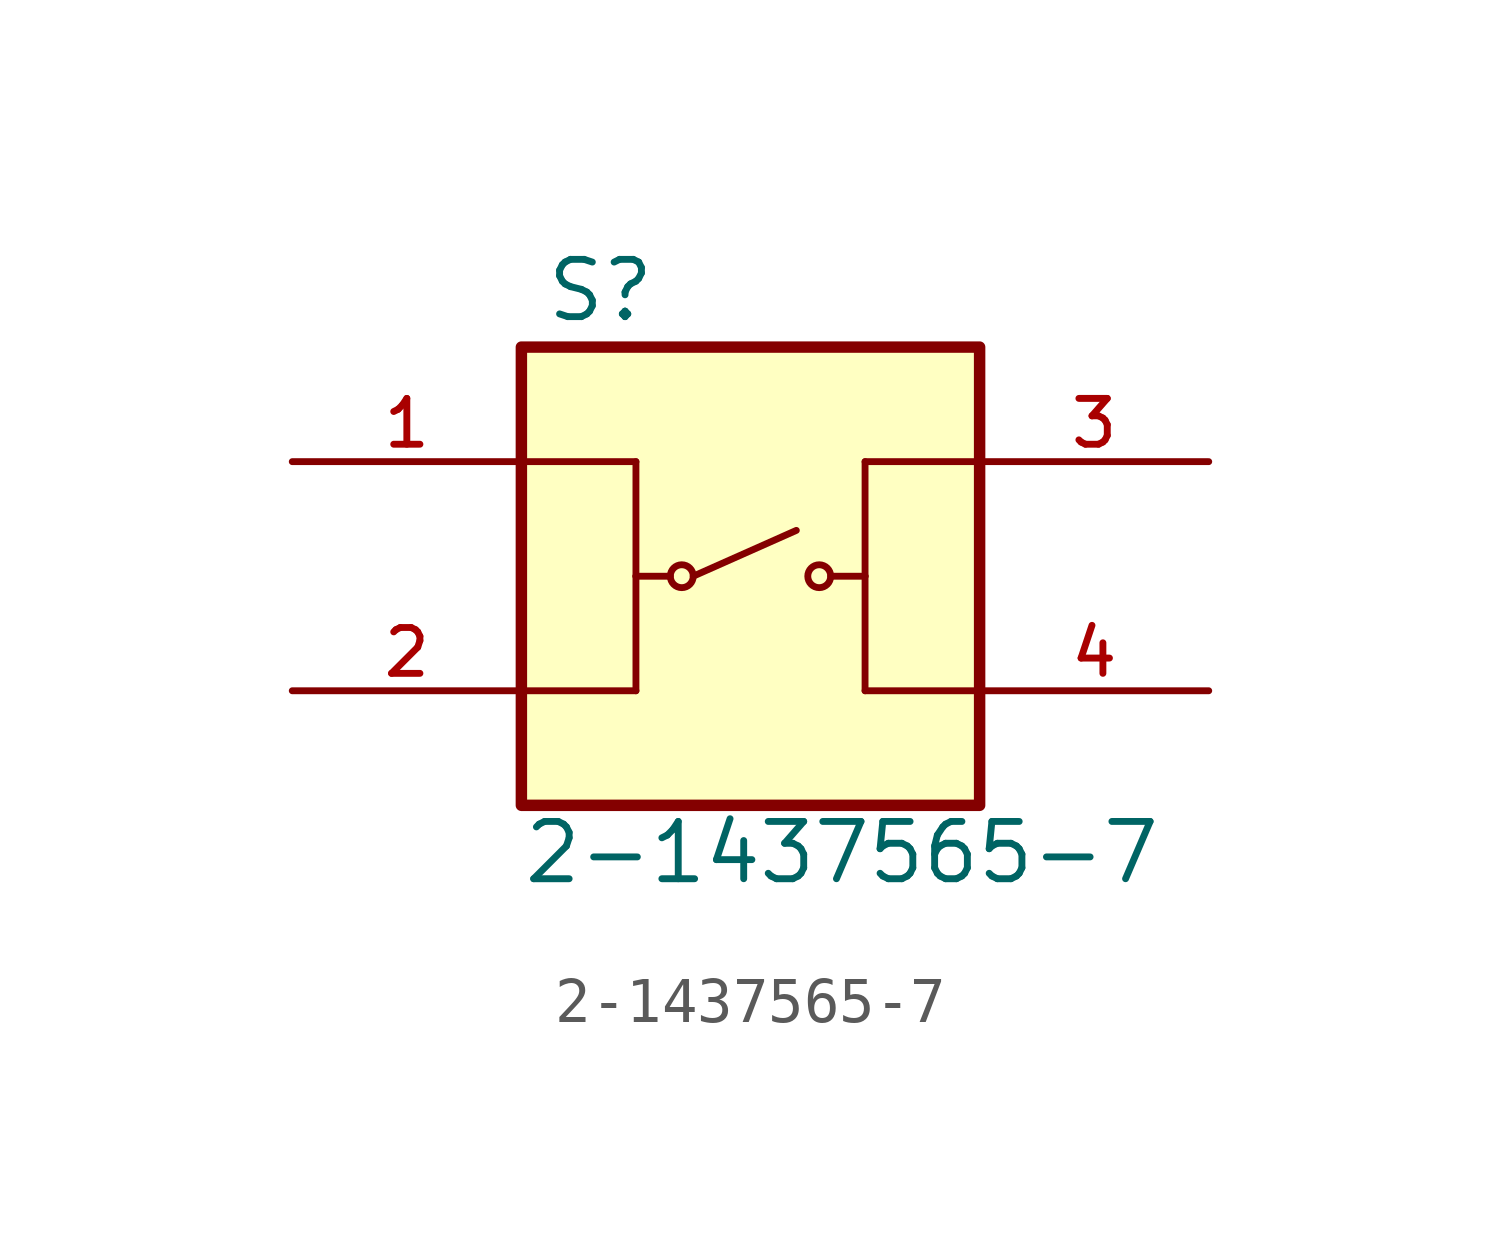
<source format=kicad_sym>
(kicad_symbol_lib
  (version 20211014)
  (generator kicad_symbol_editor)
  (symbol "2-1437565-7"
    (pin_names
      (offset 1.016))
    (property "Reference" "S"
      (at -4.575 5.592 0)
      (effects (font (size 1.27 1.27)) (justify bottom left)))
    (property "Value" "2-1437565-7"
      (at -5.089 -6.871 0)
      (effects (font (size 1.27 1.27)) (justify bottom left)))
    (symbol "2-1437565-7_0_0"
      (polyline (pts (xy -5.08 2.54) (xy -2.54 2.54)) (stroke (width 0.152)))
      (polyline (pts (xy -2.54 2.54) (xy -2.54 0.0)) (stroke (width 0.152)))
      (polyline (pts (xy -2.54 0.0) (xy -2.54 -2.54)) (stroke (width 0.152)))
      (polyline (pts (xy -2.54 -2.54) (xy -5.08 -2.54)) (stroke (width 0.152)))
      (polyline (pts (xy 5.08 2.54) (xy 2.54 2.54)) (stroke (width 0.152)))
      (polyline (pts (xy 2.54 2.54) (xy 2.54 0.0)) (stroke (width 0.152)))
      (polyline (pts (xy 2.54 0.0) (xy 2.54 -2.54)) (stroke (width 0.152)))
      (polyline (pts (xy 2.54 -2.54) (xy 5.08 -2.54)) (stroke (width 0.152)))
      (polyline (pts (xy -2.54 0.0) (xy -1.778 0.0)) (stroke (width 0.152)))
      (polyline (pts (xy 2.54 0.0) (xy 1.778 0.0)) (stroke (width 0.152)))
      (circle (center -1.524 0.0) (radius 0.254) (stroke (width 0.152)) (fill (type none)))
      (circle (center 1.524 0.0) (radius 0.254) (stroke (width 0.152)) (fill (type none)))
      (polyline (pts (xy -1.27 0.0) (xy 1.016 1.016)) (stroke (width 0.152)))
      (rectangle (start -5.08 -5.08) (end 5.08 5.08) (stroke (width 0.254)) (fill (type background)))
      (pin passive line (at -10.16 2.54 0) (length 5.08) (name "~" (effects (font (size 1.016 1.016)))) (number "1" (effects (font (size 1.016 1.016)))))
      (pin passive line (at -10.16 -2.54 0) (length 5.08) (name "~" (effects (font (size 1.016 1.016)))) (number "2" (effects (font (size 1.016 1.016)))))
      (pin passive line (at 10.16 -2.54 180.0) (length 5.08) (name "~" (effects (font (size 1.016 1.016)))) (number "4" (effects (font (size 1.016 1.016)))))
      (pin passive line (at 10.16 2.54 180.0) (length 5.08) (name "~" (effects (font (size 1.016 1.016)))) (number "3" (effects (font (size 1.016 1.016))))))))
</source>
